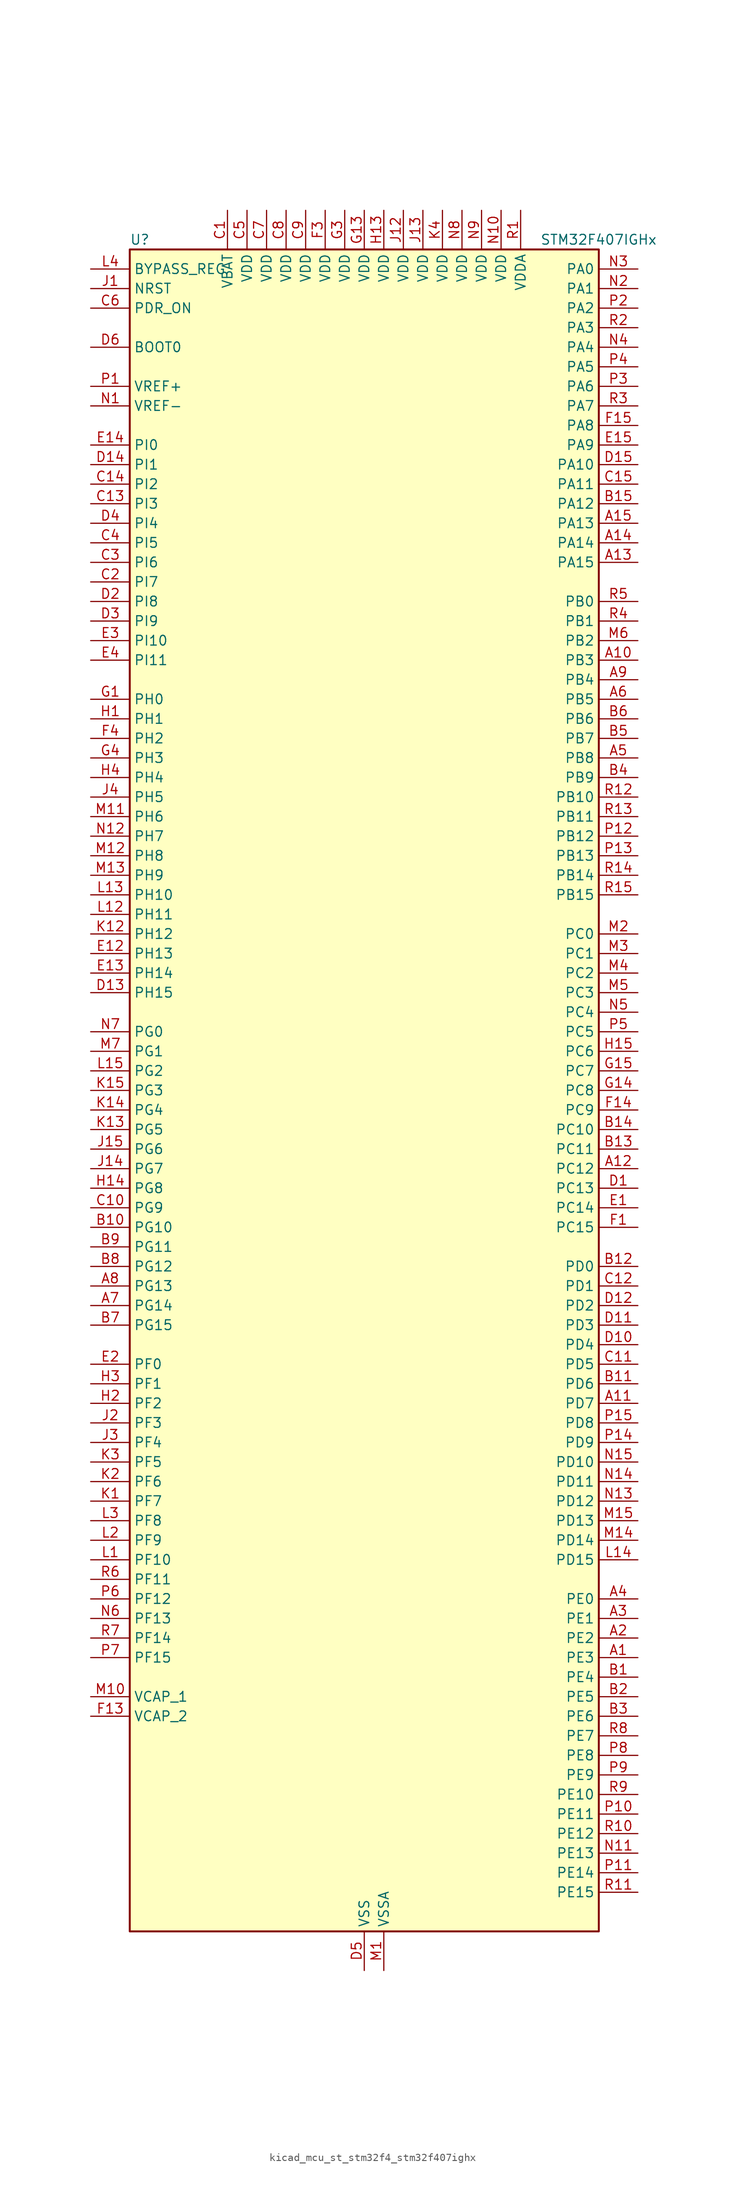
<source format=kicad_sym>
(kicad_symbol_lib
  (version 20220914)
  (generator kicad_symbol_editor)
  (symbol "kicad_mcu_st_stm32f4_stm32f407ighx"
    (property "Reference" "U"
      (at -30.48 110.49 0)
      (effects (font (size 1.27 1.27)) (justify left)))
    (property "Value" "STM32F407IGHx"
      (at 22.86 110.49 0)
      (effects (font (size 1.27 1.27)) (justify left)))
    (property "ki_locked" ""
      (at 0 0 0)
      (effects (font (size 1.27 1.27))))
    (symbol "kicad_mcu_st_stm32f4_stm32f407ighx_0_1"
      (rectangle (start -30.48 -109.22) (end 30.48 109.22) (stroke (width 0.254) (type default)) (fill (type background))))
    (symbol "kicad_mcu_st_stm32f4_stm32f407ighx_1_1"
      (pin bidirectional line (at 35.56 -73.66 180) (length 5.08) (name "PE3" (effects (font (size 1.27 1.27)))) (number "A1" (effects (font (size 1.27 1.27)))) (alternate "FSMC_A19" bidirectional line) (alternate "SYS_TRACED0" bidirectional line))
      (pin bidirectional line (at 35.56 55.88 180) (length 5.08) (name "PB3" (effects (font (size 1.27 1.27)))) (number "A10" (effects (font (size 1.27 1.27)))) (alternate "I2S3_CK" bidirectional line) (alternate "SPI1_SCK" bidirectional line) (alternate "SPI3_SCK" bidirectional line) (alternate "SYS_JTDO-SWO" bidirectional line) (alternate "TIM2_CH2" bidirectional line))
      (pin bidirectional line (at 35.56 -40.64 180) (length 5.08) (name "PD7" (effects (font (size 1.27 1.27)))) (number "A11" (effects (font (size 1.27 1.27)))) (alternate "FSMC_NCE2" bidirectional line) (alternate "FSMC_NE1" bidirectional line) (alternate "USART2_CK" bidirectional line))
      (pin bidirectional line (at 35.56 -10.16 180) (length 5.08) (name "PC12" (effects (font (size 1.27 1.27)))) (number "A12" (effects (font (size 1.27 1.27)))) (alternate "DCMI_D9" bidirectional line) (alternate "I2S3_SD" bidirectional line) (alternate "SDIO_CK" bidirectional line) (alternate "SPI3_MOSI" bidirectional line) (alternate "UART5_TX" bidirectional line) (alternate "USART3_CK" bidirectional line))
      (pin bidirectional line (at 35.56 68.58 180) (length 5.08) (name "PA15" (effects (font (size 1.27 1.27)))) (number "A13" (effects (font (size 1.27 1.27)))) (alternate "ADC1_EXTI15" bidirectional line) (alternate "ADC2_EXTI15" bidirectional line) (alternate "ADC3_EXTI15" bidirectional line) (alternate "I2S3_WS" bidirectional line) (alternate "SPI1_NSS" bidirectional line) (alternate "SPI3_NSS" bidirectional line) (alternate "SYS_JTDI" bidirectional line) (alternate "TIM2_CH1" bidirectional line) (alternate "TIM2_ETR" bidirectional line))
      (pin bidirectional line (at 35.56 71.12 180) (length 5.08) (name "PA14" (effects (font (size 1.27 1.27)))) (number "A14" (effects (font (size 1.27 1.27)))) (alternate "SYS_JTCK-SWCLK" bidirectional line))
      (pin bidirectional line (at 35.56 73.66 180) (length 5.08) (name "PA13" (effects (font (size 1.27 1.27)))) (number "A15" (effects (font (size 1.27 1.27)))) (alternate "SYS_JTMS-SWDIO" bidirectional line))
      (pin bidirectional line (at 35.56 -71.12 180) (length 5.08) (name "PE2" (effects (font (size 1.27 1.27)))) (number "A2" (effects (font (size 1.27 1.27)))) (alternate "ETH_TXD3" bidirectional line) (alternate "FSMC_A23" bidirectional line) (alternate "SYS_TRACECLK" bidirectional line))
      (pin bidirectional line (at 35.56 -68.58 180) (length 5.08) (name "PE1" (effects (font (size 1.27 1.27)))) (number "A3" (effects (font (size 1.27 1.27)))) (alternate "DCMI_D3" bidirectional line) (alternate "FSMC_NBL1" bidirectional line))
      (pin bidirectional line (at 35.56 -66.04 180) (length 5.08) (name "PE0" (effects (font (size 1.27 1.27)))) (number "A4" (effects (font (size 1.27 1.27)))) (alternate "DCMI_D2" bidirectional line) (alternate "FSMC_NBL0" bidirectional line) (alternate "TIM4_ETR" bidirectional line))
      (pin bidirectional line (at 35.56 43.18 180) (length 5.08) (name "PB8" (effects (font (size 1.27 1.27)))) (number "A5" (effects (font (size 1.27 1.27)))) (alternate "CAN1_RX" bidirectional line) (alternate "DCMI_D6" bidirectional line) (alternate "ETH_TXD3" bidirectional line) (alternate "I2C1_SCL" bidirectional line) (alternate "SDIO_D4" bidirectional line) (alternate "TIM10_CH1" bidirectional line) (alternate "TIM4_CH3" bidirectional line))
      (pin bidirectional line (at 35.56 50.8 180) (length 5.08) (name "PB5" (effects (font (size 1.27 1.27)))) (number "A6" (effects (font (size 1.27 1.27)))) (alternate "CAN2_RX" bidirectional line) (alternate "DCMI_D10" bidirectional line) (alternate "ETH_PPS_OUT" bidirectional line) (alternate "I2C1_SMBA" bidirectional line) (alternate "I2S3_SD" bidirectional line) (alternate "SPI1_MOSI" bidirectional line) (alternate "SPI3_MOSI" bidirectional line) (alternate "TIM3_CH2" bidirectional line) (alternate "USB_OTG_HS_ULPI_D7" bidirectional line))
      (pin bidirectional line (at -35.56 -27.94 0) (length 5.08) (name "PG14" (effects (font (size 1.27 1.27)))) (number "A7" (effects (font (size 1.27 1.27)))) (alternate "ETH_TXD1" bidirectional line) (alternate "FSMC_A25" bidirectional line) (alternate "USART6_TX" bidirectional line))
      (pin bidirectional line (at -35.56 -25.4 0) (length 5.08) (name "PG13" (effects (font (size 1.27 1.27)))) (number "A8" (effects (font (size 1.27 1.27)))) (alternate "ETH_TXD0" bidirectional line) (alternate "FSMC_A24" bidirectional line) (alternate "USART6_CTS" bidirectional line))
      (pin bidirectional line (at 35.56 53.34 180) (length 5.08) (name "PB4" (effects (font (size 1.27 1.27)))) (number "A9" (effects (font (size 1.27 1.27)))) (alternate "I2S3_ext_SD" bidirectional line) (alternate "SPI1_MISO" bidirectional line) (alternate "SPI3_MISO" bidirectional line) (alternate "SYS_JTRST" bidirectional line) (alternate "TIM3_CH1" bidirectional line))
      (pin bidirectional line (at 35.56 -76.2 180) (length 5.08) (name "PE4" (effects (font (size 1.27 1.27)))) (number "B1" (effects (font (size 1.27 1.27)))) (alternate "DCMI_D4" bidirectional line) (alternate "FSMC_A20" bidirectional line) (alternate "SYS_TRACED1" bidirectional line))
      (pin bidirectional line (at -35.56 -17.78 0) (length 5.08) (name "PG10" (effects (font (size 1.27 1.27)))) (number "B10" (effects (font (size 1.27 1.27)))) (alternate "FSMC_NCE4_1" bidirectional line) (alternate "FSMC_NE3" bidirectional line))
      (pin bidirectional line (at 35.56 -38.1 180) (length 5.08) (name "PD6" (effects (font (size 1.27 1.27)))) (number "B11" (effects (font (size 1.27 1.27)))) (alternate "FSMC_NWAIT" bidirectional line) (alternate "USART2_RX" bidirectional line))
      (pin bidirectional line (at 35.56 -22.86 180) (length 5.08) (name "PD0" (effects (font (size 1.27 1.27)))) (number "B12" (effects (font (size 1.27 1.27)))) (alternate "CAN1_RX" bidirectional line) (alternate "FSMC_D2" bidirectional line) (alternate "FSMC_DA2" bidirectional line))
      (pin bidirectional line (at 35.56 -7.62 180) (length 5.08) (name "PC11" (effects (font (size 1.27 1.27)))) (number "B13" (effects (font (size 1.27 1.27)))) (alternate "ADC1_EXTI11" bidirectional line) (alternate "ADC2_EXTI11" bidirectional line) (alternate "ADC3_EXTI11" bidirectional line) (alternate "DCMI_D4" bidirectional line) (alternate "I2S3_ext_SD" bidirectional line) (alternate "SDIO_D3" bidirectional line) (alternate "SPI3_MISO" bidirectional line) (alternate "UART4_RX" bidirectional line) (alternate "USART3_RX" bidirectional line))
      (pin bidirectional line (at 35.56 -5.08 180) (length 5.08) (name "PC10" (effects (font (size 1.27 1.27)))) (number "B14" (effects (font (size 1.27 1.27)))) (alternate "DCMI_D8" bidirectional line) (alternate "I2S3_CK" bidirectional line) (alternate "SDIO_D2" bidirectional line) (alternate "SPI3_SCK" bidirectional line) (alternate "UART4_TX" bidirectional line) (alternate "USART3_TX" bidirectional line))
      (pin bidirectional line (at 35.56 76.2 180) (length 5.08) (name "PA12" (effects (font (size 1.27 1.27)))) (number "B15" (effects (font (size 1.27 1.27)))) (alternate "CAN1_TX" bidirectional line) (alternate "TIM1_ETR" bidirectional line) (alternate "USART1_RTS" bidirectional line) (alternate "USB_OTG_FS_DP" bidirectional line))
      (pin bidirectional line (at 35.56 -78.74 180) (length 5.08) (name "PE5" (effects (font (size 1.27 1.27)))) (number "B2" (effects (font (size 1.27 1.27)))) (alternate "DCMI_D6" bidirectional line) (alternate "FSMC_A21" bidirectional line) (alternate "SYS_TRACED2" bidirectional line) (alternate "TIM9_CH1" bidirectional line))
      (pin bidirectional line (at 35.56 -81.28 180) (length 5.08) (name "PE6" (effects (font (size 1.27 1.27)))) (number "B3" (effects (font (size 1.27 1.27)))) (alternate "DCMI_D7" bidirectional line) (alternate "FSMC_A22" bidirectional line) (alternate "SYS_TRACED3" bidirectional line) (alternate "TIM9_CH2" bidirectional line))
      (pin bidirectional line (at 35.56 40.64 180) (length 5.08) (name "PB9" (effects (font (size 1.27 1.27)))) (number "B4" (effects (font (size 1.27 1.27)))) (alternate "CAN1_TX" bidirectional line) (alternate "DAC_EXTI9" bidirectional line) (alternate "DCMI_D7" bidirectional line) (alternate "I2C1_SDA" bidirectional line) (alternate "I2S2_WS" bidirectional line) (alternate "SDIO_D5" bidirectional line) (alternate "SPI2_NSS" bidirectional line) (alternate "TIM11_CH1" bidirectional line) (alternate "TIM4_CH4" bidirectional line))
      (pin bidirectional line (at 35.56 45.72 180) (length 5.08) (name "PB7" (effects (font (size 1.27 1.27)))) (number "B5" (effects (font (size 1.27 1.27)))) (alternate "DCMI_VSYNC" bidirectional line) (alternate "FSMC_NL" bidirectional line) (alternate "I2C1_SDA" bidirectional line) (alternate "TIM4_CH2" bidirectional line) (alternate "USART1_RX" bidirectional line))
      (pin bidirectional line (at 35.56 48.26 180) (length 5.08) (name "PB6" (effects (font (size 1.27 1.27)))) (number "B6" (effects (font (size 1.27 1.27)))) (alternate "CAN2_TX" bidirectional line) (alternate "DCMI_D5" bidirectional line) (alternate "I2C1_SCL" bidirectional line) (alternate "TIM4_CH1" bidirectional line) (alternate "USART1_TX" bidirectional line))
      (pin bidirectional line (at -35.56 -30.48 0) (length 5.08) (name "PG15" (effects (font (size 1.27 1.27)))) (number "B7" (effects (font (size 1.27 1.27)))) (alternate "ADC1_EXTI15" bidirectional line) (alternate "ADC2_EXTI15" bidirectional line) (alternate "ADC3_EXTI15" bidirectional line) (alternate "DCMI_D13" bidirectional line) (alternate "USART6_CTS" bidirectional line))
      (pin bidirectional line (at -35.56 -22.86 0) (length 5.08) (name "PG12" (effects (font (size 1.27 1.27)))) (number "B8" (effects (font (size 1.27 1.27)))) (alternate "FSMC_NE4" bidirectional line) (alternate "USART6_RTS" bidirectional line))
      (pin bidirectional line (at -35.56 -20.32 0) (length 5.08) (name "PG11" (effects (font (size 1.27 1.27)))) (number "B9" (effects (font (size 1.27 1.27)))) (alternate "ADC1_EXTI11" bidirectional line) (alternate "ADC2_EXTI11" bidirectional line) (alternate "ADC3_EXTI11" bidirectional line) (alternate "ETH_TX_EN" bidirectional line) (alternate "FSMC_NCE4_2" bidirectional line))
      (pin power_in line (at -17.78 114.3 270) (length 5.08) (name "VBAT" (effects (font (size 1.27 1.27)))) (number "C1" (effects (font (size 1.27 1.27)))))
      (pin bidirectional line (at -35.56 -15.24 0) (length 5.08) (name "PG9" (effects (font (size 1.27 1.27)))) (number "C10" (effects (font (size 1.27 1.27)))) (alternate "DAC_EXTI9" bidirectional line) (alternate "FSMC_NCE3" bidirectional line) (alternate "FSMC_NE2" bidirectional line) (alternate "USART6_RX" bidirectional line))
      (pin bidirectional line (at 35.56 -35.56 180) (length 5.08) (name "PD5" (effects (font (size 1.27 1.27)))) (number "C11" (effects (font (size 1.27 1.27)))) (alternate "FSMC_NWE" bidirectional line) (alternate "USART2_TX" bidirectional line))
      (pin bidirectional line (at 35.56 -25.4 180) (length 5.08) (name "PD1" (effects (font (size 1.27 1.27)))) (number "C12" (effects (font (size 1.27 1.27)))) (alternate "CAN1_TX" bidirectional line) (alternate "FSMC_D3" bidirectional line) (alternate "FSMC_DA3" bidirectional line))
      (pin bidirectional line (at -35.56 76.2 0) (length 5.08) (name "PI3" (effects (font (size 1.27 1.27)))) (number "C13" (effects (font (size 1.27 1.27)))) (alternate "DCMI_D10" bidirectional line) (alternate "I2S2_SD" bidirectional line) (alternate "SPI2_MOSI" bidirectional line) (alternate "TIM8_ETR" bidirectional line))
      (pin bidirectional line (at -35.56 78.74 0) (length 5.08) (name "PI2" (effects (font (size 1.27 1.27)))) (number "C14" (effects (font (size 1.27 1.27)))) (alternate "DCMI_D9" bidirectional line) (alternate "I2S2_ext_SD" bidirectional line) (alternate "SPI2_MISO" bidirectional line) (alternate "TIM8_CH4" bidirectional line))
      (pin bidirectional line (at 35.56 78.74 180) (length 5.08) (name "PA11" (effects (font (size 1.27 1.27)))) (number "C15" (effects (font (size 1.27 1.27)))) (alternate "ADC1_EXTI11" bidirectional line) (alternate "ADC2_EXTI11" bidirectional line) (alternate "ADC3_EXTI11" bidirectional line) (alternate "CAN1_RX" bidirectional line) (alternate "TIM1_CH4" bidirectional line) (alternate "USART1_CTS" bidirectional line) (alternate "USB_OTG_FS_DM" bidirectional line))
      (pin bidirectional line (at -35.56 66.04 0) (length 5.08) (name "PI7" (effects (font (size 1.27 1.27)))) (number "C2" (effects (font (size 1.27 1.27)))) (alternate "DCMI_D7" bidirectional line) (alternate "TIM8_CH3" bidirectional line))
      (pin bidirectional line (at -35.56 68.58 0) (length 5.08) (name "PI6" (effects (font (size 1.27 1.27)))) (number "C3" (effects (font (size 1.27 1.27)))) (alternate "DCMI_D6" bidirectional line) (alternate "TIM8_CH2" bidirectional line))
      (pin bidirectional line (at -35.56 71.12 0) (length 5.08) (name "PI5" (effects (font (size 1.27 1.27)))) (number "C4" (effects (font (size 1.27 1.27)))) (alternate "DCMI_VSYNC" bidirectional line) (alternate "TIM8_CH1" bidirectional line))
      (pin power_in line (at -15.24 114.3 270) (length 5.08) (name "VDD" (effects (font (size 1.27 1.27)))) (number "C5" (effects (font (size 1.27 1.27)))))
      (pin input line (at -35.56 101.6 0) (length 5.08) (name "PDR_ON" (effects (font (size 1.27 1.27)))) (number "C6" (effects (font (size 1.27 1.27)))))
      (pin power_in line (at -12.7 114.3 270) (length 5.08) (name "VDD" (effects (font (size 1.27 1.27)))) (number "C7" (effects (font (size 1.27 1.27)))))
      (pin power_in line (at -10.16 114.3 270) (length 5.08) (name "VDD" (effects (font (size 1.27 1.27)))) (number "C8" (effects (font (size 1.27 1.27)))))
      (pin power_in line (at -7.62 114.3 270) (length 5.08) (name "VDD" (effects (font (size 1.27 1.27)))) (number "C9" (effects (font (size 1.27 1.27)))))
      (pin bidirectional line (at 35.56 -12.7 180) (length 5.08) (name "PC13" (effects (font (size 1.27 1.27)))) (number "D1" (effects (font (size 1.27 1.27)))) (alternate "RTC_AF1" bidirectional line))
      (pin bidirectional line (at 35.56 -33.02 180) (length 5.08) (name "PD4" (effects (font (size 1.27 1.27)))) (number "D10" (effects (font (size 1.27 1.27)))) (alternate "FSMC_NOE" bidirectional line) (alternate "USART2_RTS" bidirectional line))
      (pin bidirectional line (at 35.56 -30.48 180) (length 5.08) (name "PD3" (effects (font (size 1.27 1.27)))) (number "D11" (effects (font (size 1.27 1.27)))) (alternate "FSMC_CLK" bidirectional line) (alternate "USART2_CTS" bidirectional line))
      (pin bidirectional line (at 35.56 -27.94 180) (length 5.08) (name "PD2" (effects (font (size 1.27 1.27)))) (number "D12" (effects (font (size 1.27 1.27)))) (alternate "DCMI_D11" bidirectional line) (alternate "SDIO_CMD" bidirectional line) (alternate "TIM3_ETR" bidirectional line) (alternate "UART5_RX" bidirectional line))
      (pin bidirectional line (at -35.56 12.7 0) (length 5.08) (name "PH15" (effects (font (size 1.27 1.27)))) (number "D13" (effects (font (size 1.27 1.27)))) (alternate "ADC1_EXTI15" bidirectional line) (alternate "ADC2_EXTI15" bidirectional line) (alternate "ADC3_EXTI15" bidirectional line) (alternate "DCMI_D11" bidirectional line) (alternate "TIM8_CH3N" bidirectional line))
      (pin bidirectional line (at -35.56 81.28 0) (length 5.08) (name "PI1" (effects (font (size 1.27 1.27)))) (number "D14" (effects (font (size 1.27 1.27)))) (alternate "DCMI_D8" bidirectional line) (alternate "I2S2_CK" bidirectional line) (alternate "SPI2_SCK" bidirectional line))
      (pin bidirectional line (at 35.56 81.28 180) (length 5.08) (name "PA10" (effects (font (size 1.27 1.27)))) (number "D15" (effects (font (size 1.27 1.27)))) (alternate "DCMI_D1" bidirectional line) (alternate "TIM1_CH3" bidirectional line) (alternate "USART1_RX" bidirectional line) (alternate "USB_OTG_FS_ID" bidirectional line))
      (pin bidirectional line (at -35.56 63.5 0) (length 5.08) (name "PI8" (effects (font (size 1.27 1.27)))) (number "D2" (effects (font (size 1.27 1.27)))) (alternate "RTC_AF2" bidirectional line))
      (pin bidirectional line (at -35.56 60.96 0) (length 5.08) (name "PI9" (effects (font (size 1.27 1.27)))) (number "D3" (effects (font (size 1.27 1.27)))) (alternate "CAN1_RX" bidirectional line) (alternate "DAC_EXTI9" bidirectional line))
      (pin bidirectional line (at -35.56 73.66 0) (length 5.08) (name "PI4" (effects (font (size 1.27 1.27)))) (number "D4" (effects (font (size 1.27 1.27)))) (alternate "DCMI_D5" bidirectional line) (alternate "TIM8_BKIN" bidirectional line))
      (pin power_in line (at 0 -114.3 90) (length 5.08) (name "VSS" (effects (font (size 1.27 1.27)))) (number "D5" (effects (font (size 1.27 1.27)))))
      (pin input line (at -35.56 96.52 0) (length 5.08) (name "BOOT0" (effects (font (size 1.27 1.27)))) (number "D6" (effects (font (size 1.27 1.27)))))
      (pin passive line (at 0 -114.3 90) (length 5.08) hide (name "VSS" (effects (font (size 1.27 1.27)))) (number "D7" (effects (font (size 1.27 1.27)))))
      (pin passive line (at 0 -114.3 90) (length 5.08) hide (name "VSS" (effects (font (size 1.27 1.27)))) (number "D8" (effects (font (size 1.27 1.27)))))
      (pin passive line (at 0 -114.3 90) (length 5.08) hide (name "VSS" (effects (font (size 1.27 1.27)))) (number "D9" (effects (font (size 1.27 1.27)))))
      (pin bidirectional line (at 35.56 -15.24 180) (length 5.08) (name "PC14" (effects (font (size 1.27 1.27)))) (number "E1" (effects (font (size 1.27 1.27)))) (alternate "RCC_OSC32_IN" bidirectional line))
      (pin bidirectional line (at -35.56 17.78 0) (length 5.08) (name "PH13" (effects (font (size 1.27 1.27)))) (number "E12" (effects (font (size 1.27 1.27)))) (alternate "CAN1_TX" bidirectional line) (alternate "TIM8_CH1N" bidirectional line))
      (pin bidirectional line (at -35.56 15.24 0) (length 5.08) (name "PH14" (effects (font (size 1.27 1.27)))) (number "E13" (effects (font (size 1.27 1.27)))) (alternate "DCMI_D4" bidirectional line) (alternate "TIM8_CH2N" bidirectional line))
      (pin bidirectional line (at -35.56 83.82 0) (length 5.08) (name "PI0" (effects (font (size 1.27 1.27)))) (number "E14" (effects (font (size 1.27 1.27)))) (alternate "DCMI_D13" bidirectional line) (alternate "I2S2_WS" bidirectional line) (alternate "SPI2_NSS" bidirectional line) (alternate "TIM5_CH4" bidirectional line))
      (pin bidirectional line (at 35.56 83.82 180) (length 5.08) (name "PA9" (effects (font (size 1.27 1.27)))) (number "E15" (effects (font (size 1.27 1.27)))) (alternate "DAC_EXTI9" bidirectional line) (alternate "DCMI_D0" bidirectional line) (alternate "I2C3_SMBA" bidirectional line) (alternate "TIM1_CH2" bidirectional line) (alternate "USART1_TX" bidirectional line) (alternate "USB_OTG_FS_VBUS" bidirectional line))
      (pin bidirectional line (at -35.56 -35.56 0) (length 5.08) (name "PF0" (effects (font (size 1.27 1.27)))) (number "E2" (effects (font (size 1.27 1.27)))) (alternate "FSMC_A0" bidirectional line) (alternate "I2C2_SDA" bidirectional line))
      (pin bidirectional line (at -35.56 58.42 0) (length 5.08) (name "PI10" (effects (font (size 1.27 1.27)))) (number "E3" (effects (font (size 1.27 1.27)))) (alternate "ETH_RX_ER" bidirectional line))
      (pin bidirectional line (at -35.56 55.88 0) (length 5.08) (name "PI11" (effects (font (size 1.27 1.27)))) (number "E4" (effects (font (size 1.27 1.27)))) (alternate "ADC1_EXTI11" bidirectional line) (alternate "ADC2_EXTI11" bidirectional line) (alternate "ADC3_EXTI11" bidirectional line) (alternate "USB_OTG_HS_ULPI_DIR" bidirectional line))
      (pin bidirectional line (at 35.56 -17.78 180) (length 5.08) (name "PC15" (effects (font (size 1.27 1.27)))) (number "F1" (effects (font (size 1.27 1.27)))) (alternate "ADC1_EXTI15" bidirectional line) (alternate "ADC2_EXTI15" bidirectional line) (alternate "ADC3_EXTI15" bidirectional line) (alternate "RCC_OSC32_OUT" bidirectional line))
      (pin passive line (at 0 -114.3 90) (length 5.08) hide (name "VSS" (effects (font (size 1.27 1.27)))) (number "F10" (effects (font (size 1.27 1.27)))))
      (pin passive line (at 0 -114.3 90) (length 5.08) hide (name "VSS" (effects (font (size 1.27 1.27)))) (number "F12" (effects (font (size 1.27 1.27)))))
      (pin power_out line (at -35.56 -81.28 0) (length 5.08) (name "VCAP_2" (effects (font (size 1.27 1.27)))) (number "F13" (effects (font (size 1.27 1.27)))))
      (pin bidirectional line (at 35.56 -2.54 180) (length 5.08) (name "PC9" (effects (font (size 1.27 1.27)))) (number "F14" (effects (font (size 1.27 1.27)))) (alternate "DAC_EXTI9" bidirectional line) (alternate "DCMI_D3" bidirectional line) (alternate "I2C3_SDA" bidirectional line) (alternate "I2S_CKIN" bidirectional line) (alternate "RCC_MCO_2" bidirectional line) (alternate "SDIO_D1" bidirectional line) (alternate "TIM3_CH4" bidirectional line) (alternate "TIM8_CH4" bidirectional line))
      (pin bidirectional line (at 35.56 86.36 180) (length 5.08) (name "PA8" (effects (font (size 1.27 1.27)))) (number "F15" (effects (font (size 1.27 1.27)))) (alternate "I2C3_SCL" bidirectional line) (alternate "RCC_MCO_1" bidirectional line) (alternate "TIM1_CH1" bidirectional line) (alternate "USART1_CK" bidirectional line) (alternate "USB_OTG_FS_SOF" bidirectional line))
      (pin passive line (at 0 -114.3 90) (length 5.08) hide (name "VSS" (effects (font (size 1.27 1.27)))) (number "F2" (effects (font (size 1.27 1.27)))))
      (pin power_in line (at -5.08 114.3 270) (length 5.08) (name "VDD" (effects (font (size 1.27 1.27)))) (number "F3" (effects (font (size 1.27 1.27)))))
      (pin bidirectional line (at -35.56 45.72 0) (length 5.08) (name "PH2" (effects (font (size 1.27 1.27)))) (number "F4" (effects (font (size 1.27 1.27)))) (alternate "ETH_CRS" bidirectional line))
      (pin passive line (at 0 -114.3 90) (length 5.08) hide (name "VSS" (effects (font (size 1.27 1.27)))) (number "F6" (effects (font (size 1.27 1.27)))))
      (pin passive line (at 0 -114.3 90) (length 5.08) hide (name "VSS" (effects (font (size 1.27 1.27)))) (number "F7" (effects (font (size 1.27 1.27)))))
      (pin passive line (at 0 -114.3 90) (length 5.08) hide (name "VSS" (effects (font (size 1.27 1.27)))) (number "F8" (effects (font (size 1.27 1.27)))))
      (pin passive line (at 0 -114.3 90) (length 5.08) hide (name "VSS" (effects (font (size 1.27 1.27)))) (number "F9" (effects (font (size 1.27 1.27)))))
      (pin bidirectional line (at -35.56 50.8 0) (length 5.08) (name "PH0" (effects (font (size 1.27 1.27)))) (number "G1" (effects (font (size 1.27 1.27)))) (alternate "RCC_OSC_IN" bidirectional line))
      (pin passive line (at 0 -114.3 90) (length 5.08) hide (name "VSS" (effects (font (size 1.27 1.27)))) (number "G10" (effects (font (size 1.27 1.27)))))
      (pin passive line (at 0 -114.3 90) (length 5.08) hide (name "VSS" (effects (font (size 1.27 1.27)))) (number "G12" (effects (font (size 1.27 1.27)))))
      (pin power_in line (at 0 114.3 270) (length 5.08) (name "VDD" (effects (font (size 1.27 1.27)))) (number "G13" (effects (font (size 1.27 1.27)))))
      (pin bidirectional line (at 35.56 0 180) (length 5.08) (name "PC8" (effects (font (size 1.27 1.27)))) (number "G14" (effects (font (size 1.27 1.27)))) (alternate "DCMI_D2" bidirectional line) (alternate "SDIO_D0" bidirectional line) (alternate "TIM3_CH3" bidirectional line) (alternate "TIM8_CH3" bidirectional line) (alternate "USART6_CK" bidirectional line))
      (pin bidirectional line (at 35.56 2.54 180) (length 5.08) (name "PC7" (effects (font (size 1.27 1.27)))) (number "G15" (effects (font (size 1.27 1.27)))) (alternate "DCMI_D1" bidirectional line) (alternate "I2S3_MCK" bidirectional line) (alternate "SDIO_D7" bidirectional line) (alternate "TIM3_CH2" bidirectional line) (alternate "TIM8_CH2" bidirectional line) (alternate "USART6_RX" bidirectional line))
      (pin passive line (at 0 -114.3 90) (length 5.08) hide (name "VSS" (effects (font (size 1.27 1.27)))) (number "G2" (effects (font (size 1.27 1.27)))))
      (pin power_in line (at -2.54 114.3 270) (length 5.08) (name "VDD" (effects (font (size 1.27 1.27)))) (number "G3" (effects (font (size 1.27 1.27)))))
      (pin bidirectional line (at -35.56 43.18 0) (length 5.08) (name "PH3" (effects (font (size 1.27 1.27)))) (number "G4" (effects (font (size 1.27 1.27)))) (alternate "ETH_COL" bidirectional line))
      (pin passive line (at 0 -114.3 90) (length 5.08) hide (name "VSS" (effects (font (size 1.27 1.27)))) (number "G6" (effects (font (size 1.27 1.27)))))
      (pin passive line (at 0 -114.3 90) (length 5.08) hide (name "VSS" (effects (font (size 1.27 1.27)))) (number "G7" (effects (font (size 1.27 1.27)))))
      (pin passive line (at 0 -114.3 90) (length 5.08) hide (name "VSS" (effects (font (size 1.27 1.27)))) (number "G8" (effects (font (size 1.27 1.27)))))
      (pin passive line (at 0 -114.3 90) (length 5.08) hide (name "VSS" (effects (font (size 1.27 1.27)))) (number "G9" (effects (font (size 1.27 1.27)))))
      (pin bidirectional line (at -35.56 48.26 0) (length 5.08) (name "PH1" (effects (font (size 1.27 1.27)))) (number "H1" (effects (font (size 1.27 1.27)))) (alternate "RCC_OSC_OUT" bidirectional line))
      (pin passive line (at 0 -114.3 90) (length 5.08) hide (name "VSS" (effects (font (size 1.27 1.27)))) (number "H10" (effects (font (size 1.27 1.27)))))
      (pin passive line (at 0 -114.3 90) (length 5.08) hide (name "VSS" (effects (font (size 1.27 1.27)))) (number "H12" (effects (font (size 1.27 1.27)))))
      (pin power_in line (at 2.54 114.3 270) (length 5.08) (name "VDD" (effects (font (size 1.27 1.27)))) (number "H13" (effects (font (size 1.27 1.27)))))
      (pin bidirectional line (at -35.56 -12.7 0) (length 5.08) (name "PG8" (effects (font (size 1.27 1.27)))) (number "H14" (effects (font (size 1.27 1.27)))) (alternate "ETH_PPS_OUT" bidirectional line) (alternate "USART6_RTS" bidirectional line))
      (pin bidirectional line (at 35.56 5.08 180) (length 5.08) (name "PC6" (effects (font (size 1.27 1.27)))) (number "H15" (effects (font (size 1.27 1.27)))) (alternate "DCMI_D0" bidirectional line) (alternate "I2S2_MCK" bidirectional line) (alternate "SDIO_D6" bidirectional line) (alternate "TIM3_CH1" bidirectional line) (alternate "TIM8_CH1" bidirectional line) (alternate "USART6_TX" bidirectional line))
      (pin bidirectional line (at -35.56 -40.64 0) (length 5.08) (name "PF2" (effects (font (size 1.27 1.27)))) (number "H2" (effects (font (size 1.27 1.27)))) (alternate "FSMC_A2" bidirectional line) (alternate "I2C2_SMBA" bidirectional line))
      (pin bidirectional line (at -35.56 -38.1 0) (length 5.08) (name "PF1" (effects (font (size 1.27 1.27)))) (number "H3" (effects (font (size 1.27 1.27)))) (alternate "FSMC_A1" bidirectional line) (alternate "I2C2_SCL" bidirectional line))
      (pin bidirectional line (at -35.56 40.64 0) (length 5.08) (name "PH4" (effects (font (size 1.27 1.27)))) (number "H4" (effects (font (size 1.27 1.27)))) (alternate "I2C2_SCL" bidirectional line) (alternate "USB_OTG_HS_ULPI_NXT" bidirectional line))
      (pin passive line (at 0 -114.3 90) (length 5.08) hide (name "VSS" (effects (font (size 1.27 1.27)))) (number "H6" (effects (font (size 1.27 1.27)))))
      (pin passive line (at 0 -114.3 90) (length 5.08) hide (name "VSS" (effects (font (size 1.27 1.27)))) (number "H7" (effects (font (size 1.27 1.27)))))
      (pin passive line (at 0 -114.3 90) (length 5.08) hide (name "VSS" (effects (font (size 1.27 1.27)))) (number "H8" (effects (font (size 1.27 1.27)))))
      (pin passive line (at 0 -114.3 90) (length 5.08) hide (name "VSS" (effects (font (size 1.27 1.27)))) (number "H9" (effects (font (size 1.27 1.27)))))
      (pin input line (at -35.56 104.14 0) (length 5.08) (name "NRST" (effects (font (size 1.27 1.27)))) (number "J1" (effects (font (size 1.27 1.27)))))
      (pin passive line (at 0 -114.3 90) (length 5.08) hide (name "VSS" (effects (font (size 1.27 1.27)))) (number "J10" (effects (font (size 1.27 1.27)))))
      (pin power_in line (at 5.08 114.3 270) (length 5.08) (name "VDD" (effects (font (size 1.27 1.27)))) (number "J12" (effects (font (size 1.27 1.27)))))
      (pin power_in line (at 7.62 114.3 270) (length 5.08) (name "VDD" (effects (font (size 1.27 1.27)))) (number "J13" (effects (font (size 1.27 1.27)))))
      (pin bidirectional line (at -35.56 -10.16 0) (length 5.08) (name "PG7" (effects (font (size 1.27 1.27)))) (number "J14" (effects (font (size 1.27 1.27)))) (alternate "FSMC_INT3" bidirectional line) (alternate "USART6_CK" bidirectional line))
      (pin bidirectional line (at -35.56 -7.62 0) (length 5.08) (name "PG6" (effects (font (size 1.27 1.27)))) (number "J15" (effects (font (size 1.27 1.27)))) (alternate "FSMC_INT2" bidirectional line))
      (pin bidirectional line (at -35.56 -43.18 0) (length 5.08) (name "PF3" (effects (font (size 1.27 1.27)))) (number "J2" (effects (font (size 1.27 1.27)))) (alternate "ADC3_IN9" bidirectional line) (alternate "FSMC_A3" bidirectional line))
      (pin bidirectional line (at -35.56 -45.72 0) (length 5.08) (name "PF4" (effects (font (size 1.27 1.27)))) (number "J3" (effects (font (size 1.27 1.27)))) (alternate "ADC3_IN14" bidirectional line) (alternate "FSMC_A4" bidirectional line))
      (pin bidirectional line (at -35.56 38.1 0) (length 5.08) (name "PH5" (effects (font (size 1.27 1.27)))) (number "J4" (effects (font (size 1.27 1.27)))) (alternate "I2C2_SDA" bidirectional line))
      (pin passive line (at 0 -114.3 90) (length 5.08) hide (name "VSS" (effects (font (size 1.27 1.27)))) (number "J6" (effects (font (size 1.27 1.27)))))
      (pin passive line (at 0 -114.3 90) (length 5.08) hide (name "VSS" (effects (font (size 1.27 1.27)))) (number "J7" (effects (font (size 1.27 1.27)))))
      (pin passive line (at 0 -114.3 90) (length 5.08) hide (name "VSS" (effects (font (size 1.27 1.27)))) (number "J8" (effects (font (size 1.27 1.27)))))
      (pin passive line (at 0 -114.3 90) (length 5.08) hide (name "VSS" (effects (font (size 1.27 1.27)))) (number "J9" (effects (font (size 1.27 1.27)))))
      (pin bidirectional line (at -35.56 -53.34 0) (length 5.08) (name "PF7" (effects (font (size 1.27 1.27)))) (number "K1" (effects (font (size 1.27 1.27)))) (alternate "ADC3_IN5" bidirectional line) (alternate "FSMC_NREG" bidirectional line) (alternate "TIM11_CH1" bidirectional line))
      (pin passive line (at 0 -114.3 90) (length 5.08) hide (name "VSS" (effects (font (size 1.27 1.27)))) (number "K10" (effects (font (size 1.27 1.27)))))
      (pin bidirectional line (at -35.56 20.32 0) (length 5.08) (name "PH12" (effects (font (size 1.27 1.27)))) (number "K12" (effects (font (size 1.27 1.27)))) (alternate "DCMI_D3" bidirectional line) (alternate "TIM5_CH3" bidirectional line))
      (pin bidirectional line (at -35.56 -5.08 0) (length 5.08) (name "PG5" (effects (font (size 1.27 1.27)))) (number "K13" (effects (font (size 1.27 1.27)))) (alternate "FSMC_A15" bidirectional line))
      (pin bidirectional line (at -35.56 -2.54 0) (length 5.08) (name "PG4" (effects (font (size 1.27 1.27)))) (number "K14" (effects (font (size 1.27 1.27)))) (alternate "FSMC_A14" bidirectional line))
      (pin bidirectional line (at -35.56 0 0) (length 5.08) (name "PG3" (effects (font (size 1.27 1.27)))) (number "K15" (effects (font (size 1.27 1.27)))) (alternate "FSMC_A13" bidirectional line))
      (pin bidirectional line (at -35.56 -50.8 0) (length 5.08) (name "PF6" (effects (font (size 1.27 1.27)))) (number "K2" (effects (font (size 1.27 1.27)))) (alternate "ADC3_IN4" bidirectional line) (alternate "FSMC_NIORD" bidirectional line) (alternate "TIM10_CH1" bidirectional line))
      (pin bidirectional line (at -35.56 -48.26 0) (length 5.08) (name "PF5" (effects (font (size 1.27 1.27)))) (number "K3" (effects (font (size 1.27 1.27)))) (alternate "ADC3_IN15" bidirectional line) (alternate "FSMC_A5" bidirectional line))
      (pin power_in line (at 10.16 114.3 270) (length 5.08) (name "VDD" (effects (font (size 1.27 1.27)))) (number "K4" (effects (font (size 1.27 1.27)))))
      (pin passive line (at 0 -114.3 90) (length 5.08) hide (name "VSS" (effects (font (size 1.27 1.27)))) (number "K6" (effects (font (size 1.27 1.27)))))
      (pin passive line (at 0 -114.3 90) (length 5.08) hide (name "VSS" (effects (font (size 1.27 1.27)))) (number "K7" (effects (font (size 1.27 1.27)))))
      (pin passive line (at 0 -114.3 90) (length 5.08) hide (name "VSS" (effects (font (size 1.27 1.27)))) (number "K8" (effects (font (size 1.27 1.27)))))
      (pin passive line (at 0 -114.3 90) (length 5.08) hide (name "VSS" (effects (font (size 1.27 1.27)))) (number "K9" (effects (font (size 1.27 1.27)))))
      (pin bidirectional line (at -35.56 -60.96 0) (length 5.08) (name "PF10" (effects (font (size 1.27 1.27)))) (number "L1" (effects (font (size 1.27 1.27)))) (alternate "ADC3_IN8" bidirectional line) (alternate "FSMC_INTR" bidirectional line))
      (pin bidirectional line (at -35.56 22.86 0) (length 5.08) (name "PH11" (effects (font (size 1.27 1.27)))) (number "L12" (effects (font (size 1.27 1.27)))) (alternate "ADC1_EXTI11" bidirectional line) (alternate "ADC2_EXTI11" bidirectional line) (alternate "ADC3_EXTI11" bidirectional line) (alternate "DCMI_D2" bidirectional line) (alternate "TIM5_CH2" bidirectional line))
      (pin bidirectional line (at -35.56 25.4 0) (length 5.08) (name "PH10" (effects (font (size 1.27 1.27)))) (number "L13" (effects (font (size 1.27 1.27)))) (alternate "DCMI_D1" bidirectional line) (alternate "TIM5_CH1" bidirectional line))
      (pin bidirectional line (at 35.56 -60.96 180) (length 5.08) (name "PD15" (effects (font (size 1.27 1.27)))) (number "L14" (effects (font (size 1.27 1.27)))) (alternate "ADC1_EXTI15" bidirectional line) (alternate "ADC2_EXTI15" bidirectional line) (alternate "ADC3_EXTI15" bidirectional line) (alternate "FSMC_D1" bidirectional line) (alternate "FSMC_DA1" bidirectional line) (alternate "TIM4_CH4" bidirectional line))
      (pin bidirectional line (at -35.56 2.54 0) (length 5.08) (name "PG2" (effects (font (size 1.27 1.27)))) (number "L15" (effects (font (size 1.27 1.27)))) (alternate "FSMC_A12" bidirectional line))
      (pin bidirectional line (at -35.56 -58.42 0) (length 5.08) (name "PF9" (effects (font (size 1.27 1.27)))) (number "L2" (effects (font (size 1.27 1.27)))) (alternate "ADC3_IN7" bidirectional line) (alternate "DAC_EXTI9" bidirectional line) (alternate "FSMC_CD" bidirectional line) (alternate "TIM14_CH1" bidirectional line))
      (pin bidirectional line (at -35.56 -55.88 0) (length 5.08) (name "PF8" (effects (font (size 1.27 1.27)))) (number "L3" (effects (font (size 1.27 1.27)))) (alternate "ADC3_IN6" bidirectional line) (alternate "FSMC_NIOWR" bidirectional line) (alternate "TIM13_CH1" bidirectional line))
      (pin input line (at -35.56 106.68 0) (length 5.08) (name "BYPASS_REG" (effects (font (size 1.27 1.27)))) (number "L4" (effects (font (size 1.27 1.27)))))
      (pin power_in line (at 2.54 -114.3 90) (length 5.08) (name "VSSA" (effects (font (size 1.27 1.27)))) (number "M1" (effects (font (size 1.27 1.27)))))
      (pin power_out line (at -35.56 -78.74 0) (length 5.08) (name "VCAP_1" (effects (font (size 1.27 1.27)))) (number "M10" (effects (font (size 1.27 1.27)))))
      (pin bidirectional line (at -35.56 35.56 0) (length 5.08) (name "PH6" (effects (font (size 1.27 1.27)))) (number "M11" (effects (font (size 1.27 1.27)))) (alternate "ETH_RXD2" bidirectional line) (alternate "I2C2_SMBA" bidirectional line) (alternate "TIM12_CH1" bidirectional line))
      (pin bidirectional line (at -35.56 30.48 0) (length 5.08) (name "PH8" (effects (font (size 1.27 1.27)))) (number "M12" (effects (font (size 1.27 1.27)))) (alternate "DCMI_HSYNC" bidirectional line) (alternate "I2C3_SDA" bidirectional line))
      (pin bidirectional line (at -35.56 27.94 0) (length 5.08) (name "PH9" (effects (font (size 1.27 1.27)))) (number "M13" (effects (font (size 1.27 1.27)))) (alternate "DAC_EXTI9" bidirectional line) (alternate "DCMI_D0" bidirectional line) (alternate "I2C3_SMBA" bidirectional line) (alternate "TIM12_CH2" bidirectional line))
      (pin bidirectional line (at 35.56 -58.42 180) (length 5.08) (name "PD14" (effects (font (size 1.27 1.27)))) (number "M14" (effects (font (size 1.27 1.27)))) (alternate "FSMC_D0" bidirectional line) (alternate "FSMC_DA0" bidirectional line) (alternate "TIM4_CH3" bidirectional line))
      (pin bidirectional line (at 35.56 -55.88 180) (length 5.08) (name "PD13" (effects (font (size 1.27 1.27)))) (number "M15" (effects (font (size 1.27 1.27)))) (alternate "FSMC_A18" bidirectional line) (alternate "TIM4_CH2" bidirectional line))
      (pin bidirectional line (at 35.56 20.32 180) (length 5.08) (name "PC0" (effects (font (size 1.27 1.27)))) (number "M2" (effects (font (size 1.27 1.27)))) (alternate "ADC1_IN10" bidirectional line) (alternate "ADC2_IN10" bidirectional line) (alternate "ADC3_IN10" bidirectional line) (alternate "USB_OTG_HS_ULPI_STP" bidirectional line))
      (pin bidirectional line (at 35.56 17.78 180) (length 5.08) (name "PC1" (effects (font (size 1.27 1.27)))) (number "M3" (effects (font (size 1.27 1.27)))) (alternate "ADC1_IN11" bidirectional line) (alternate "ADC2_IN11" bidirectional line) (alternate "ADC3_IN11" bidirectional line) (alternate "ETH_MDC" bidirectional line))
      (pin bidirectional line (at 35.56 15.24 180) (length 5.08) (name "PC2" (effects (font (size 1.27 1.27)))) (number "M4" (effects (font (size 1.27 1.27)))) (alternate "ADC1_IN12" bidirectional line) (alternate "ADC2_IN12" bidirectional line) (alternate "ADC3_IN12" bidirectional line) (alternate "ETH_TXD2" bidirectional line) (alternate "I2S2_ext_SD" bidirectional line) (alternate "SPI2_MISO" bidirectional line) (alternate "USB_OTG_HS_ULPI_DIR" bidirectional line))
      (pin bidirectional line (at 35.56 12.7 180) (length 5.08) (name "PC3" (effects (font (size 1.27 1.27)))) (number "M5" (effects (font (size 1.27 1.27)))) (alternate "ADC1_IN13" bidirectional line) (alternate "ADC2_IN13" bidirectional line) (alternate "ADC3_IN13" bidirectional line) (alternate "ETH_TX_CLK" bidirectional line) (alternate "I2S2_SD" bidirectional line) (alternate "SPI2_MOSI" bidirectional line) (alternate "USB_OTG_HS_ULPI_NXT" bidirectional line))
      (pin bidirectional line (at 35.56 58.42 180) (length 5.08) (name "PB2" (effects (font (size 1.27 1.27)))) (number "M6" (effects (font (size 1.27 1.27)))))
      (pin bidirectional line (at -35.56 5.08 0) (length 5.08) (name "PG1" (effects (font (size 1.27 1.27)))) (number "M7" (effects (font (size 1.27 1.27)))) (alternate "FSMC_A11" bidirectional line))
      (pin passive line (at 0 -114.3 90) (length 5.08) hide (name "VSS" (effects (font (size 1.27 1.27)))) (number "M8" (effects (font (size 1.27 1.27)))))
      (pin passive line (at 0 -114.3 90) (length 5.08) hide (name "VSS" (effects (font (size 1.27 1.27)))) (number "M9" (effects (font (size 1.27 1.27)))))
      (pin input line (at -35.56 88.9 0) (length 5.08) (name "VREF-" (effects (font (size 1.27 1.27)))) (number "N1" (effects (font (size 1.27 1.27)))))
      (pin power_in line (at 17.78 114.3 270) (length 5.08) (name "VDD" (effects (font (size 1.27 1.27)))) (number "N10" (effects (font (size 1.27 1.27)))))
      (pin bidirectional line (at 35.56 -99.06 180) (length 5.08) (name "PE13" (effects (font (size 1.27 1.27)))) (number "N11" (effects (font (size 1.27 1.27)))) (alternate "FSMC_D10" bidirectional line) (alternate "FSMC_DA10" bidirectional line) (alternate "TIM1_CH3" bidirectional line))
      (pin bidirectional line (at -35.56 33.02 0) (length 5.08) (name "PH7" (effects (font (size 1.27 1.27)))) (number "N12" (effects (font (size 1.27 1.27)))) (alternate "ETH_RXD3" bidirectional line) (alternate "I2C3_SCL" bidirectional line))
      (pin bidirectional line (at 35.56 -53.34 180) (length 5.08) (name "PD12" (effects (font (size 1.27 1.27)))) (number "N13" (effects (font (size 1.27 1.27)))) (alternate "FSMC_A17" bidirectional line) (alternate "FSMC_ALE" bidirectional line) (alternate "TIM4_CH1" bidirectional line) (alternate "USART3_RTS" bidirectional line))
      (pin bidirectional line (at 35.56 -50.8 180) (length 5.08) (name "PD11" (effects (font (size 1.27 1.27)))) (number "N14" (effects (font (size 1.27 1.27)))) (alternate "ADC1_EXTI11" bidirectional line) (alternate "ADC2_EXTI11" bidirectional line) (alternate "ADC3_EXTI11" bidirectional line) (alternate "FSMC_A16" bidirectional line) (alternate "FSMC_CLE" bidirectional line) (alternate "USART3_CTS" bidirectional line))
      (pin bidirectional line (at 35.56 -48.26 180) (length 5.08) (name "PD10" (effects (font (size 1.27 1.27)))) (number "N15" (effects (font (size 1.27 1.27)))) (alternate "FSMC_D15" bidirectional line) (alternate "FSMC_DA15" bidirectional line) (alternate "USART3_CK" bidirectional line))
      (pin bidirectional line (at 35.56 104.14 180) (length 5.08) (name "PA1" (effects (font (size 1.27 1.27)))) (number "N2" (effects (font (size 1.27 1.27)))) (alternate "ADC1_IN1" bidirectional line) (alternate "ADC2_IN1" bidirectional line) (alternate "ADC3_IN1" bidirectional line) (alternate "ETH_REF_CLK" bidirectional line) (alternate "ETH_RX_CLK" bidirectional line) (alternate "TIM2_CH2" bidirectional line) (alternate "TIM5_CH2" bidirectional line) (alternate "UART4_RX" bidirectional line) (alternate "USART2_RTS" bidirectional line))
      (pin bidirectional line (at 35.56 106.68 180) (length 5.08) (name "PA0" (effects (font (size 1.27 1.27)))) (number "N3" (effects (font (size 1.27 1.27)))) (alternate "ADC1_IN0" bidirectional line) (alternate "ADC2_IN0" bidirectional line) (alternate "ADC3_IN0" bidirectional line) (alternate "ETH_CRS" bidirectional line) (alternate "SYS_WKUP" bidirectional line) (alternate "TIM2_CH1" bidirectional line) (alternate "TIM2_ETR" bidirectional line) (alternate "TIM5_CH1" bidirectional line) (alternate "TIM8_ETR" bidirectional line) (alternate "UART4_TX" bidirectional line) (alternate "USART2_CTS" bidirectional line))
      (pin bidirectional line (at 35.56 96.52 180) (length 5.08) (name "PA4" (effects (font (size 1.27 1.27)))) (number "N4" (effects (font (size 1.27 1.27)))) (alternate "ADC1_IN4" bidirectional line) (alternate "ADC2_IN4" bidirectional line) (alternate "DAC_OUT1" bidirectional line) (alternate "DCMI_HSYNC" bidirectional line) (alternate "I2S3_WS" bidirectional line) (alternate "SPI1_NSS" bidirectional line) (alternate "SPI3_NSS" bidirectional line) (alternate "USART2_CK" bidirectional line) (alternate "USB_OTG_HS_SOF" bidirectional line))
      (pin bidirectional line (at 35.56 10.16 180) (length 5.08) (name "PC4" (effects (font (size 1.27 1.27)))) (number "N5" (effects (font (size 1.27 1.27)))) (alternate "ADC1_IN14" bidirectional line) (alternate "ADC2_IN14" bidirectional line) (alternate "ETH_RXD0" bidirectional line))
      (pin bidirectional line (at -35.56 -68.58 0) (length 5.08) (name "PF13" (effects (font (size 1.27 1.27)))) (number "N6" (effects (font (size 1.27 1.27)))) (alternate "FSMC_A7" bidirectional line))
      (pin bidirectional line (at -35.56 7.62 0) (length 5.08) (name "PG0" (effects (font (size 1.27 1.27)))) (number "N7" (effects (font (size 1.27 1.27)))) (alternate "FSMC_A10" bidirectional line))
      (pin power_in line (at 12.7 114.3 270) (length 5.08) (name "VDD" (effects (font (size 1.27 1.27)))) (number "N8" (effects (font (size 1.27 1.27)))))
      (pin power_in line (at 15.24 114.3 270) (length 5.08) (name "VDD" (effects (font (size 1.27 1.27)))) (number "N9" (effects (font (size 1.27 1.27)))))
      (pin input line (at -35.56 91.44 0) (length 5.08) (name "VREF+" (effects (font (size 1.27 1.27)))) (number "P1" (effects (font (size 1.27 1.27)))))
      (pin bidirectional line (at 35.56 -93.98 180) (length 5.08) (name "PE11" (effects (font (size 1.27 1.27)))) (number "P10" (effects (font (size 1.27 1.27)))) (alternate "ADC1_EXTI11" bidirectional line) (alternate "ADC2_EXTI11" bidirectional line) (alternate "ADC3_EXTI11" bidirectional line) (alternate "FSMC_D8" bidirectional line) (alternate "FSMC_DA8" bidirectional line) (alternate "TIM1_CH2" bidirectional line))
      (pin bidirectional line (at 35.56 -101.6 180) (length 5.08) (name "PE14" (effects (font (size 1.27 1.27)))) (number "P11" (effects (font (size 1.27 1.27)))) (alternate "FSMC_D11" bidirectional line) (alternate "FSMC_DA11" bidirectional line) (alternate "TIM1_CH4" bidirectional line))
      (pin bidirectional line (at 35.56 33.02 180) (length 5.08) (name "PB12" (effects (font (size 1.27 1.27)))) (number "P12" (effects (font (size 1.27 1.27)))) (alternate "CAN2_RX" bidirectional line) (alternate "ETH_TXD0" bidirectional line) (alternate "I2C2_SMBA" bidirectional line) (alternate "I2S2_WS" bidirectional line) (alternate "SPI2_NSS" bidirectional line) (alternate "TIM1_BKIN" bidirectional line) (alternate "USART3_CK" bidirectional line) (alternate "USB_OTG_HS_ID" bidirectional line) (alternate "USB_OTG_HS_ULPI_D5" bidirectional line))
      (pin bidirectional line (at 35.56 30.48 180) (length 5.08) (name "PB13" (effects (font (size 1.27 1.27)))) (number "P13" (effects (font (size 1.27 1.27)))) (alternate "CAN2_TX" bidirectional line) (alternate "ETH_TXD1" bidirectional line) (alternate "I2S2_CK" bidirectional line) (alternate "SPI2_SCK" bidirectional line) (alternate "TIM1_CH1N" bidirectional line) (alternate "USART3_CTS" bidirectional line) (alternate "USB_OTG_HS_ULPI_D6" bidirectional line) (alternate "USB_OTG_HS_VBUS" bidirectional line))
      (pin bidirectional line (at 35.56 -45.72 180) (length 5.08) (name "PD9" (effects (font (size 1.27 1.27)))) (number "P14" (effects (font (size 1.27 1.27)))) (alternate "DAC_EXTI9" bidirectional line) (alternate "FSMC_D14" bidirectional line) (alternate "FSMC_DA14" bidirectional line) (alternate "USART3_RX" bidirectional line))
      (pin bidirectional line (at 35.56 -43.18 180) (length 5.08) (name "PD8" (effects (font (size 1.27 1.27)))) (number "P15" (effects (font (size 1.27 1.27)))) (alternate "FSMC_D13" bidirectional line) (alternate "FSMC_DA13" bidirectional line) (alternate "USART3_TX" bidirectional line))
      (pin bidirectional line (at 35.56 101.6 180) (length 5.08) (name "PA2" (effects (font (size 1.27 1.27)))) (number "P2" (effects (font (size 1.27 1.27)))) (alternate "ADC1_IN2" bidirectional line) (alternate "ADC2_IN2" bidirectional line) (alternate "ADC3_IN2" bidirectional line) (alternate "ETH_MDIO" bidirectional line) (alternate "TIM2_CH3" bidirectional line) (alternate "TIM5_CH3" bidirectional line) (alternate "TIM9_CH1" bidirectional line) (alternate "USART2_TX" bidirectional line))
      (pin bidirectional line (at 35.56 91.44 180) (length 5.08) (name "PA6" (effects (font (size 1.27 1.27)))) (number "P3" (effects (font (size 1.27 1.27)))) (alternate "ADC1_IN6" bidirectional line) (alternate "ADC2_IN6" bidirectional line) (alternate "DCMI_PIXCLK" bidirectional line) (alternate "SPI1_MISO" bidirectional line) (alternate "TIM13_CH1" bidirectional line) (alternate "TIM1_BKIN" bidirectional line) (alternate "TIM3_CH1" bidirectional line) (alternate "TIM8_BKIN" bidirectional line))
      (pin bidirectional line (at 35.56 93.98 180) (length 5.08) (name "PA5" (effects (font (size 1.27 1.27)))) (number "P4" (effects (font (size 1.27 1.27)))) (alternate "ADC1_IN5" bidirectional line) (alternate "ADC2_IN5" bidirectional line) (alternate "DAC_OUT2" bidirectional line) (alternate "SPI1_SCK" bidirectional line) (alternate "TIM2_CH1" bidirectional line) (alternate "TIM2_ETR" bidirectional line) (alternate "TIM8_CH1N" bidirectional line) (alternate "USB_OTG_HS_ULPI_CK" bidirectional line))
      (pin bidirectional line (at 35.56 7.62 180) (length 5.08) (name "PC5" (effects (font (size 1.27 1.27)))) (number "P5" (effects (font (size 1.27 1.27)))) (alternate "ADC1_IN15" bidirectional line) (alternate "ADC2_IN15" bidirectional line) (alternate "ETH_RXD1" bidirectional line))
      (pin bidirectional line (at -35.56 -66.04 0) (length 5.08) (name "PF12" (effects (font (size 1.27 1.27)))) (number "P6" (effects (font (size 1.27 1.27)))) (alternate "FSMC_A6" bidirectional line))
      (pin bidirectional line (at -35.56 -73.66 0) (length 5.08) (name "PF15" (effects (font (size 1.27 1.27)))) (number "P7" (effects (font (size 1.27 1.27)))) (alternate "ADC1_EXTI15" bidirectional line) (alternate "ADC2_EXTI15" bidirectional line) (alternate "ADC3_EXTI15" bidirectional line) (alternate "FSMC_A9" bidirectional line))
      (pin bidirectional line (at 35.56 -86.36 180) (length 5.08) (name "PE8" (effects (font (size 1.27 1.27)))) (number "P8" (effects (font (size 1.27 1.27)))) (alternate "FSMC_D5" bidirectional line) (alternate "FSMC_DA5" bidirectional line) (alternate "TIM1_CH1N" bidirectional line))
      (pin bidirectional line (at 35.56 -88.9 180) (length 5.08) (name "PE9" (effects (font (size 1.27 1.27)))) (number "P9" (effects (font (size 1.27 1.27)))) (alternate "DAC_EXTI9" bidirectional line) (alternate "FSMC_D6" bidirectional line) (alternate "FSMC_DA6" bidirectional line) (alternate "TIM1_CH1" bidirectional line))
      (pin power_in line (at 20.32 114.3 270) (length 5.08) (name "VDDA" (effects (font (size 1.27 1.27)))) (number "R1" (effects (font (size 1.27 1.27)))))
      (pin bidirectional line (at 35.56 -96.52 180) (length 5.08) (name "PE12" (effects (font (size 1.27 1.27)))) (number "R10" (effects (font (size 1.27 1.27)))) (alternate "FSMC_D9" bidirectional line) (alternate "FSMC_DA9" bidirectional line) (alternate "TIM1_CH3N" bidirectional line))
      (pin bidirectional line (at 35.56 -104.14 180) (length 5.08) (name "PE15" (effects (font (size 1.27 1.27)))) (number "R11" (effects (font (size 1.27 1.27)))) (alternate "ADC1_EXTI15" bidirectional line) (alternate "ADC2_EXTI15" bidirectional line) (alternate "ADC3_EXTI15" bidirectional line) (alternate "FSMC_D12" bidirectional line) (alternate "FSMC_DA12" bidirectional line) (alternate "TIM1_BKIN" bidirectional line))
      (pin bidirectional line (at 35.56 38.1 180) (length 5.08) (name "PB10" (effects (font (size 1.27 1.27)))) (number "R12" (effects (font (size 1.27 1.27)))) (alternate "ETH_RX_ER" bidirectional line) (alternate "I2C2_SCL" bidirectional line) (alternate "I2S2_CK" bidirectional line) (alternate "SPI2_SCK" bidirectional line) (alternate "TIM2_CH3" bidirectional line) (alternate "USART3_TX" bidirectional line) (alternate "USB_OTG_HS_ULPI_D3" bidirectional line))
      (pin bidirectional line (at 35.56 35.56 180) (length 5.08) (name "PB11" (effects (font (size 1.27 1.27)))) (number "R13" (effects (font (size 1.27 1.27)))) (alternate "ADC1_EXTI11" bidirectional line) (alternate "ADC2_EXTI11" bidirectional line) (alternate "ADC3_EXTI11" bidirectional line) (alternate "ETH_TX_EN" bidirectional line) (alternate "I2C2_SDA" bidirectional line) (alternate "TIM2_CH4" bidirectional line) (alternate "USART3_RX" bidirectional line) (alternate "USB_OTG_HS_ULPI_D4" bidirectional line))
      (pin bidirectional line (at 35.56 27.94 180) (length 5.08) (name "PB14" (effects (font (size 1.27 1.27)))) (number "R14" (effects (font (size 1.27 1.27)))) (alternate "I2S2_ext_SD" bidirectional line) (alternate "SPI2_MISO" bidirectional line) (alternate "TIM12_CH1" bidirectional line) (alternate "TIM1_CH2N" bidirectional line) (alternate "TIM8_CH2N" bidirectional line) (alternate "USART3_RTS" bidirectional line) (alternate "USB_OTG_HS_DM" bidirectional line))
      (pin bidirectional line (at 35.56 25.4 180) (length 5.08) (name "PB15" (effects (font (size 1.27 1.27)))) (number "R15" (effects (font (size 1.27 1.27)))) (alternate "ADC1_EXTI15" bidirectional line) (alternate "ADC2_EXTI15" bidirectional line) (alternate "ADC3_EXTI15" bidirectional line) (alternate "I2S2_SD" bidirectional line) (alternate "RTC_REFIN" bidirectional line) (alternate "SPI2_MOSI" bidirectional line) (alternate "TIM12_CH2" bidirectional line) (alternate "TIM1_CH3N" bidirectional line) (alternate "TIM8_CH3N" bidirectional line) (alternate "USB_OTG_HS_DP" bidirectional line))
      (pin bidirectional line (at 35.56 99.06 180) (length 5.08) (name "PA3" (effects (font (size 1.27 1.27)))) (number "R2" (effects (font (size 1.27 1.27)))) (alternate "ADC1_IN3" bidirectional line) (alternate "ADC2_IN3" bidirectional line) (alternate "ADC3_IN3" bidirectional line) (alternate "ETH_COL" bidirectional line) (alternate "TIM2_CH4" bidirectional line) (alternate "TIM5_CH4" bidirectional line) (alternate "TIM9_CH2" bidirectional line) (alternate "USART2_RX" bidirectional line) (alternate "USB_OTG_HS_ULPI_D0" bidirectional line))
      (pin bidirectional line (at 35.56 88.9 180) (length 5.08) (name "PA7" (effects (font (size 1.27 1.27)))) (number "R3" (effects (font (size 1.27 1.27)))) (alternate "ADC1_IN7" bidirectional line) (alternate "ADC2_IN7" bidirectional line) (alternate "ETH_CRS_DV" bidirectional line) (alternate "ETH_RX_DV" bidirectional line) (alternate "SPI1_MOSI" bidirectional line) (alternate "TIM14_CH1" bidirectional line) (alternate "TIM1_CH1N" bidirectional line) (alternate "TIM3_CH2" bidirectional line) (alternate "TIM8_CH1N" bidirectional line))
      (pin bidirectional line (at 35.56 60.96 180) (length 5.08) (name "PB1" (effects (font (size 1.27 1.27)))) (number "R4" (effects (font (size 1.27 1.27)))) (alternate "ADC1_IN9" bidirectional line) (alternate "ADC2_IN9" bidirectional line) (alternate "ETH_RXD3" bidirectional line) (alternate "TIM1_CH3N" bidirectional line) (alternate "TIM3_CH4" bidirectional line) (alternate "TIM8_CH3N" bidirectional line) (alternate "USB_OTG_HS_ULPI_D2" bidirectional line))
      (pin bidirectional line (at 35.56 63.5 180) (length 5.08) (name "PB0" (effects (font (size 1.27 1.27)))) (number "R5" (effects (font (size 1.27 1.27)))) (alternate "ADC1_IN8" bidirectional line) (alternate "ADC2_IN8" bidirectional line) (alternate "ETH_RXD2" bidirectional line) (alternate "TIM1_CH2N" bidirectional line) (alternate "TIM3_CH3" bidirectional line) (alternate "TIM8_CH2N" bidirectional line) (alternate "USB_OTG_HS_ULPI_D1" bidirectional line))
      (pin bidirectional line (at -35.56 -63.5 0) (length 5.08) (name "PF11" (effects (font (size 1.27 1.27)))) (number "R6" (effects (font (size 1.27 1.27)))) (alternate "ADC1_EXTI11" bidirectional line) (alternate "ADC2_EXTI11" bidirectional line) (alternate "ADC3_EXTI11" bidirectional line) (alternate "DCMI_D12" bidirectional line))
      (pin bidirectional line (at -35.56 -71.12 0) (length 5.08) (name "PF14" (effects (font (size 1.27 1.27)))) (number "R7" (effects (font (size 1.27 1.27)))) (alternate "FSMC_A8" bidirectional line))
      (pin bidirectional line (at 35.56 -83.82 180) (length 5.08) (name "PE7" (effects (font (size 1.27 1.27)))) (number "R8" (effects (font (size 1.27 1.27)))) (alternate "FSMC_D4" bidirectional line) (alternate "FSMC_DA4" bidirectional line) (alternate "TIM1_ETR" bidirectional line))
      (pin bidirectional line (at 35.56 -91.44 180) (length 5.08) (name "PE10" (effects (font (size 1.27 1.27)))) (number "R9" (effects (font (size 1.27 1.27)))) (alternate "FSMC_D7" bidirectional line) (alternate "FSMC_DA7" bidirectional line) (alternate "TIM1_CH2N" bidirectional line)))))
</source>
